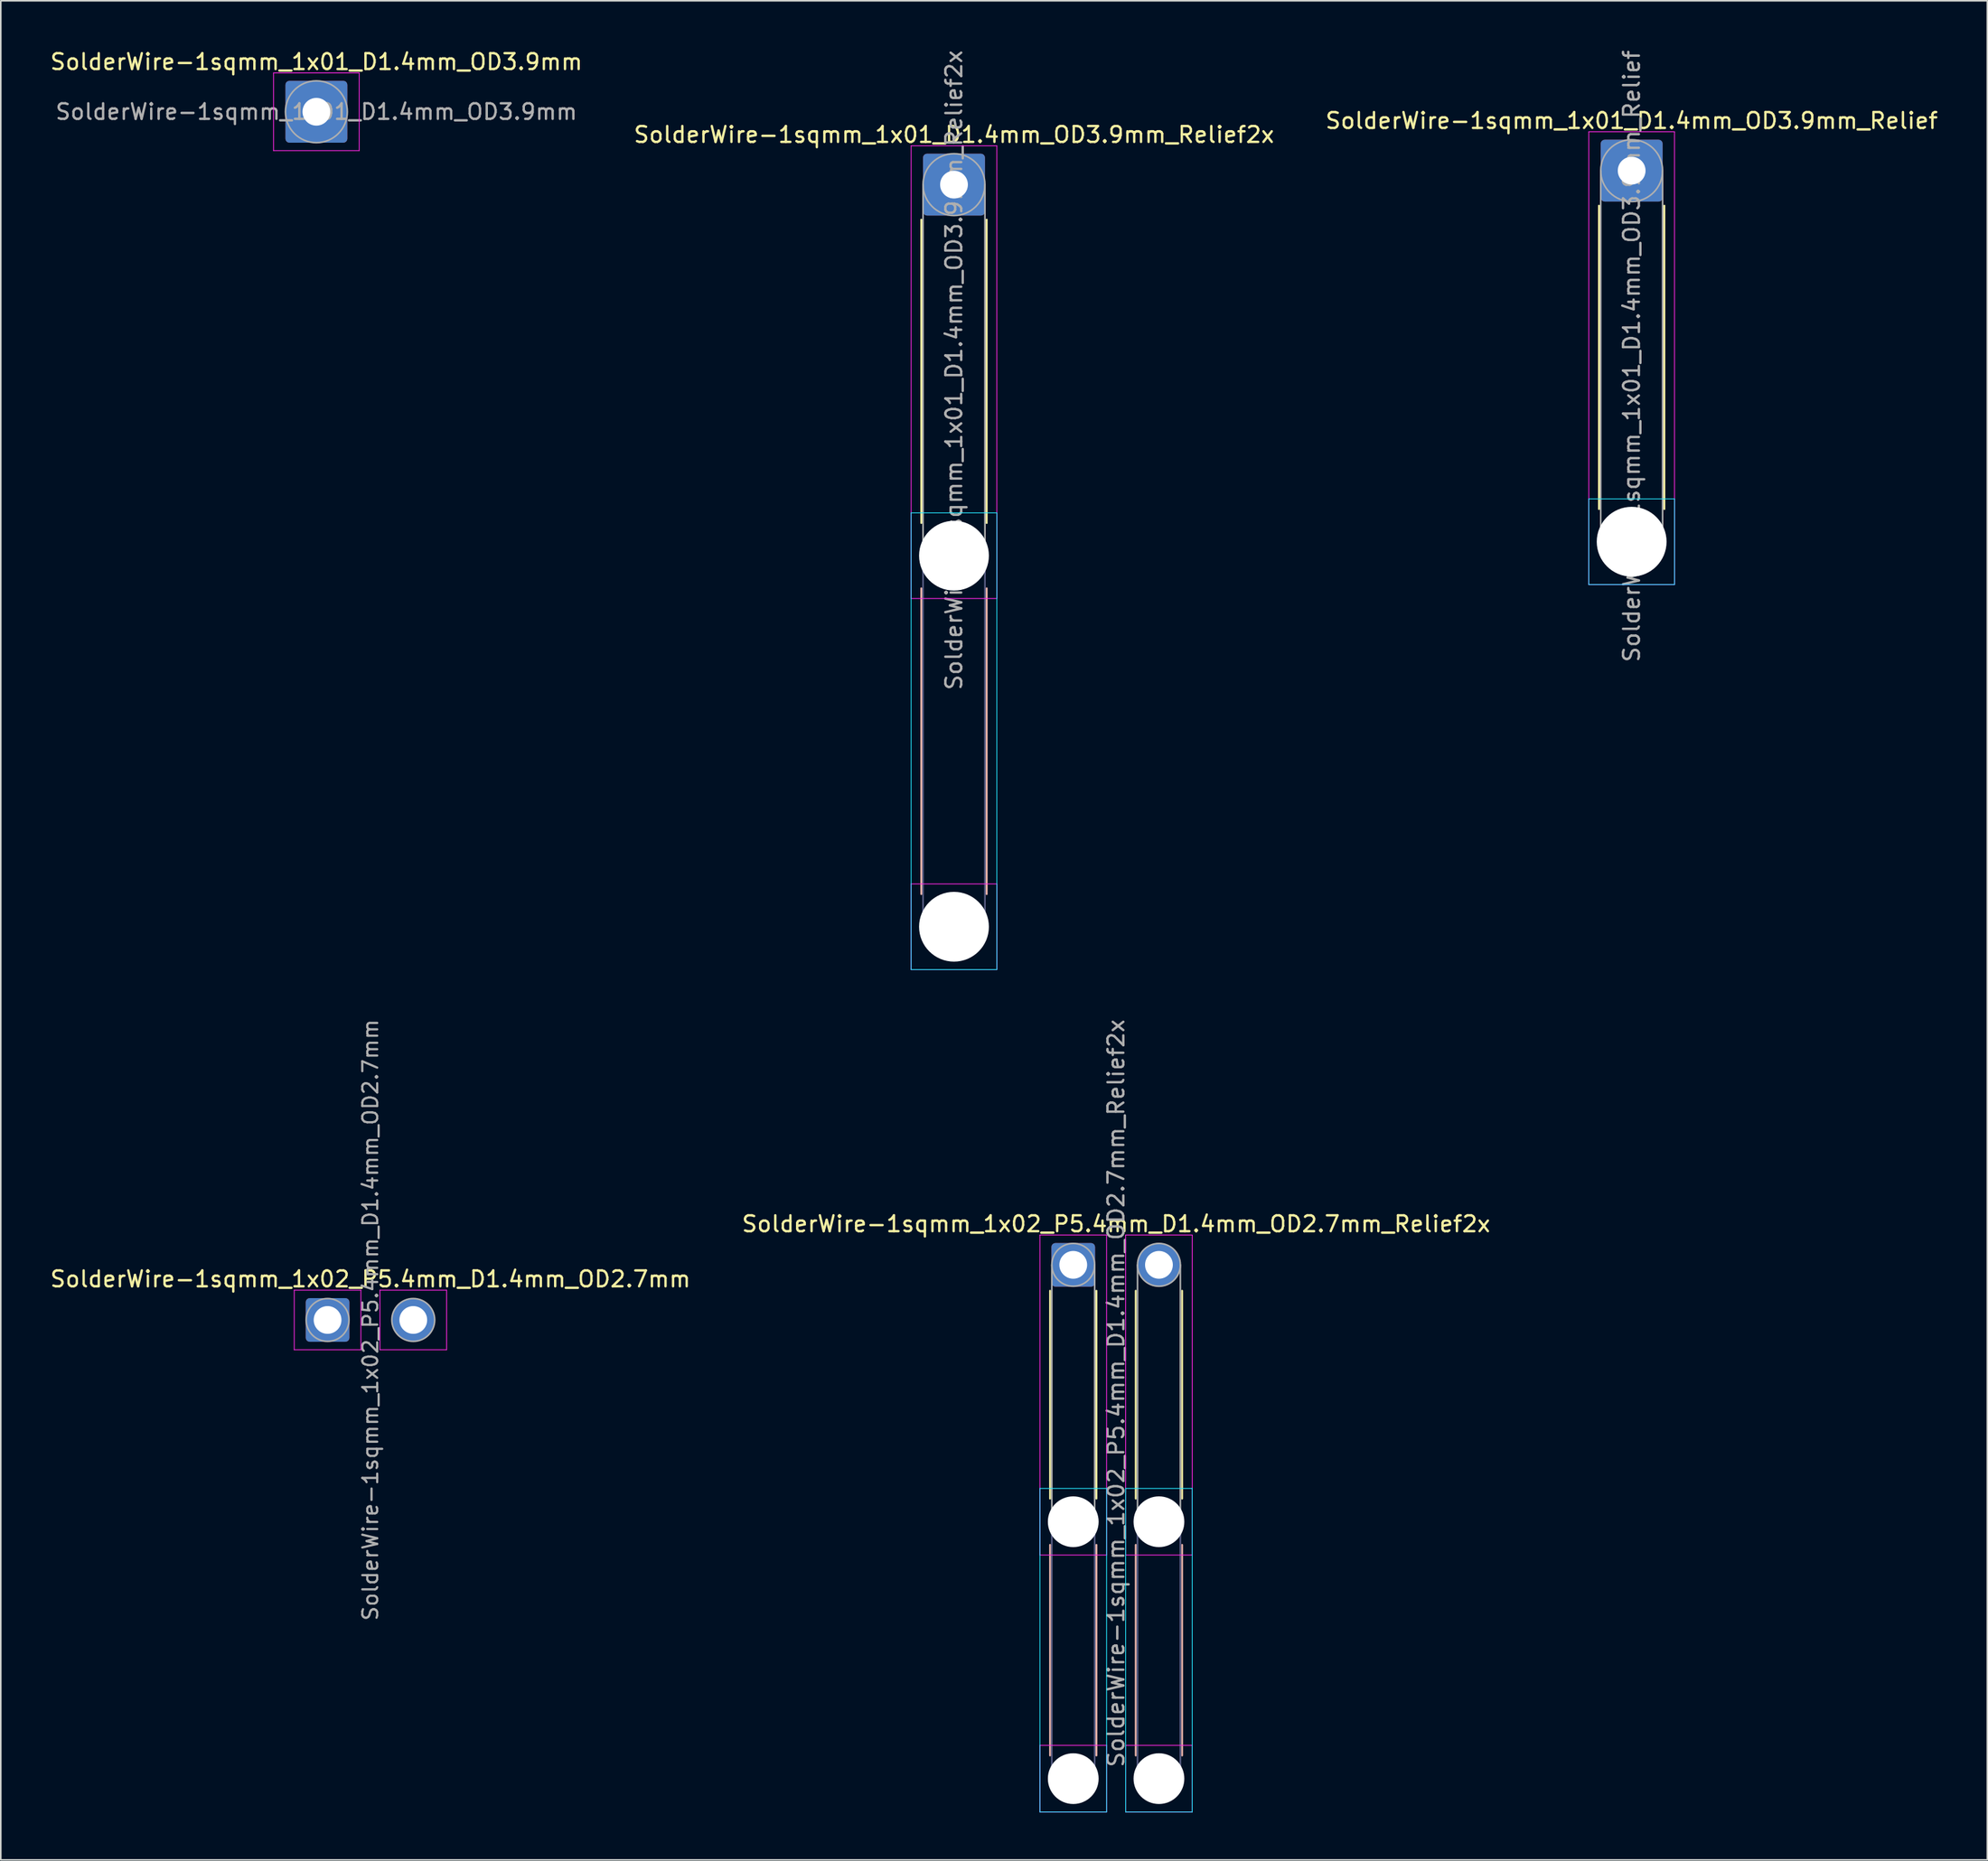
<source format=kicad_pcb>
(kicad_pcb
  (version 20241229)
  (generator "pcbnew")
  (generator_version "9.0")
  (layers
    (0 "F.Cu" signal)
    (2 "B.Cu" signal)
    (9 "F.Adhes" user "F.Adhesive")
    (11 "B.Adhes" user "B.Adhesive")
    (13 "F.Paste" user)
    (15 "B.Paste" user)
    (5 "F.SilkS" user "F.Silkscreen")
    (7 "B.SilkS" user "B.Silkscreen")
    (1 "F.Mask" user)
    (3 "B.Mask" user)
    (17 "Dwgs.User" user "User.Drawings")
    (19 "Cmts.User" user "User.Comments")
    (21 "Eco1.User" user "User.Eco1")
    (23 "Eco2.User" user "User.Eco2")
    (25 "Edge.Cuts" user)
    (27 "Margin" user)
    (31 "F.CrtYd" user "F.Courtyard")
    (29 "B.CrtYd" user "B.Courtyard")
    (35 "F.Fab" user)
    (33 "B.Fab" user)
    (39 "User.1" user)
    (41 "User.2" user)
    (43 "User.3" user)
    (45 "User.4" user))
  (footprint "SolderWire-1sqmm_1x01_D1.4mm_OD3.9mm"
    (layer "F.Cu")
    (at 16.887 3.998)
    (property "Reference" "SolderWire-1sqmm_1x01_D1.4mm_OD3.9mm" (at 0 -3.15 0) (layer "F.SilkS") (effects (font (size 1 1) (thickness 0.15))))
    (attr exclude_from_pos_files exclude_from_bom)
    (fp_line (start -2.7 -2.45) (end -2.7 2.45) (stroke (width 0.05) (type solid)) (layer "F.CrtYd"))
    (fp_line (start -2.7 2.45) (end 2.7 2.45) (stroke (width 0.05) (type solid)) (layer "F.CrtYd"))
    (fp_line (start 2.7 -2.45) (end -2.7 -2.45) (stroke (width 0.05) (type solid)) (layer "F.CrtYd"))
    (fp_line (start 2.7 2.45) (end 2.7 -2.45) (stroke (width 0.05) (type solid)) (layer "F.CrtYd"))
    (fp_circle (center 0 0) (end 1.95 0) (stroke (width 0.1) (type solid)) (fill no) (layer "F.Fab"))
    (fp_text user "${REFERENCE}" (at 0 0 0) (layer "F.Fab") (effects (font (size 0.98 0.98) (thickness 0.15))))
    (pad "1" thru_hole roundrect (at 0 0) (size 3.9 3.9) (drill 1.75) (layers "*.Cu" "*.Mask") (roundrect_rratio 0.064)))
  (footprint "SolderWire-1sqmm_1x02_P5.4mm_D1.4mm_OD2.7mm_Relief2x"
    (layer "F.Cu")
    (at 64.58 76.713)
    (property "Reference" "SolderWire-1sqmm_1x02_P5.4mm_D1.4mm_OD2.7mm_Relief2x" (at 2.7 -2.58 0) (layer "F.SilkS") (effects (font (size 1 1) (thickness 0.15))))
    (attr exclude_from_pos_files exclude_from_bom)
    (fp_line (start -1.46 1.635) (end -1.46 14.74) (stroke (width 0.12) (type solid)) (layer "F.SilkS"))
    (fp_line (start 1.46 1.635) (end 1.46 14.74) (stroke (width 0.12) (type solid)) (layer "F.SilkS"))
    (fp_line (start 3.94 1.635) (end 3.94 14.74) (stroke (width 0.12) (type solid)) (layer "F.SilkS"))
    (fp_line (start 6.86 1.635) (end 6.86 14.74) (stroke (width 0.12) (type solid)) (layer "F.SilkS"))
    (fp_line (start -1.46 17.66) (end -1.46 30.94) (stroke (width 0.12) (type solid)) (layer "B.SilkS"))
    (fp_line (start 1.46 17.66) (end 1.46 30.94) (stroke (width 0.12) (type solid)) (layer "B.SilkS"))
    (fp_line (start 3.94 17.66) (end 3.94 30.94) (stroke (width 0.12) (type solid)) (layer "B.SilkS"))
    (fp_line (start 6.86 17.66) (end 6.86 30.94) (stroke (width 0.12) (type solid)) (layer "B.SilkS"))
    (fp_line (start -2.1 14.1) (end -2.1 34.5) (stroke (width 0.05) (type solid)) (layer "B.CrtYd"))
    (fp_line (start -2.1 34.5) (end 2.1 34.5) (stroke (width 0.05) (type solid)) (layer "B.CrtYd"))
    (fp_line (start 2.1 14.1) (end -2.1 14.1) (stroke (width 0.05) (type solid)) (layer "B.CrtYd"))
    (fp_line (start 2.1 34.5) (end 2.1 14.1) (stroke (width 0.05) (type solid)) (layer "B.CrtYd"))
    (fp_line (start 3.3 14.1) (end 3.3 34.5) (stroke (width 0.05) (type solid)) (layer "B.CrtYd"))
    (fp_line (start 3.3 34.5) (end 7.5 34.5) (stroke (width 0.05) (type solid)) (layer "B.CrtYd"))
    (fp_line (start 7.5 14.1) (end 3.3 14.1) (stroke (width 0.05) (type solid)) (layer "B.CrtYd"))
    (fp_line (start 7.5 34.5) (end 7.5 14.1) (stroke (width 0.05) (type solid)) (layer "B.CrtYd"))
    (fp_line (start -2.1 -1.88) (end -2.1 18.3) (stroke (width 0.05) (type solid)) (layer "F.CrtYd"))
    (fp_line (start -2.1 18.3) (end 2.1 18.3) (stroke (width 0.05) (type solid)) (layer "F.CrtYd"))
    (fp_line (start -2.1 30.3) (end -2.1 34.5) (stroke (width 0.05) (type solid)) (layer "F.CrtYd"))
    (fp_line (start -2.1 34.5) (end 2.1 34.5) (stroke (width 0.05) (type solid)) (layer "F.CrtYd"))
    (fp_line (start 2.1 -1.88) (end -2.1 -1.88) (stroke (width 0.05) (type solid)) (layer "F.CrtYd"))
    (fp_line (start 2.1 18.3) (end 2.1 -1.88) (stroke (width 0.05) (type solid)) (layer "F.CrtYd"))
    (fp_line (start 2.1 30.3) (end -2.1 30.3) (stroke (width 0.05) (type solid)) (layer "F.CrtYd"))
    (fp_line (start 2.1 34.5) (end 2.1 30.3) (stroke (width 0.05) (type solid)) (layer "F.CrtYd"))
    (fp_line (start 3.3 -1.88) (end 3.3 18.3) (stroke (width 0.05) (type solid)) (layer "F.CrtYd"))
    (fp_line (start 3.3 18.3) (end 7.5 18.3) (stroke (width 0.05) (type solid)) (layer "F.CrtYd"))
    (fp_line (start 3.3 30.3) (end 3.3 34.5) (stroke (width 0.05) (type solid)) (layer "F.CrtYd"))
    (fp_line (start 3.3 34.5) (end 7.5 34.5) (stroke (width 0.05) (type solid)) (layer "F.CrtYd"))
    (fp_line (start 7.5 -1.88) (end 3.3 -1.88) (stroke (width 0.05) (type solid)) (layer "F.CrtYd"))
    (fp_line (start 7.5 18.3) (end 7.5 -1.88) (stroke (width 0.05) (type solid)) (layer "F.CrtYd"))
    (fp_line (start 7.5 30.3) (end 3.3 30.3) (stroke (width 0.05) (type solid)) (layer "F.CrtYd"))
    (fp_line (start 7.5 34.5) (end 7.5 30.3) (stroke (width 0.05) (type solid)) (layer "F.CrtYd"))
    (fp_line (start -1.35 16.2) (end -1.35 32.4) (stroke (width 0.1) (type solid)) (layer "B.Fab"))
    (fp_line (start 1.35 16.2) (end 1.35 32.4) (stroke (width 0.1) (type solid)) (layer "B.Fab"))
    (fp_line (start 4.05 16.2) (end 4.05 32.4) (stroke (width 0.1) (type solid)) (layer "B.Fab"))
    (fp_line (start 6.75 16.2) (end 6.75 32.4) (stroke (width 0.1) (type solid)) (layer "B.Fab"))
    (fp_circle (center 0 16.2) (end 1.35 16.2) (stroke (width 0.1) (type solid)) (fill no) (layer "B.Fab"))
    (fp_circle (center 0 32.4) (end 1.35 32.4) (stroke (width 0.1) (type solid)) (fill no) (layer "B.Fab"))
    (fp_circle (center 5.4 16.2) (end 6.75 16.2) (stroke (width 0.1) (type solid)) (fill no) (layer "B.Fab"))
    (fp_circle (center 5.4 32.4) (end 6.75 32.4) (stroke (width 0.1) (type solid)) (fill no) (layer "B.Fab"))
    (fp_line (start -1.35 0) (end -1.35 16.2) (stroke (width 0.1) (type solid)) (layer "F.Fab"))
    (fp_line (start 1.35 0) (end 1.35 16.2) (stroke (width 0.1) (type solid)) (layer "F.Fab"))
    (fp_line (start 4.05 0) (end 4.05 16.2) (stroke (width 0.1) (type solid)) (layer "F.Fab"))
    (fp_line (start 6.75 0) (end 6.75 16.2) (stroke (width 0.1) (type solid)) (layer "F.Fab"))
    (fp_circle (center 0 0) (end 1.35 0) (stroke (width 0.1) (type solid)) (fill no) (layer "F.Fab"))
    (fp_circle (center 0 16.2) (end 1.35 16.2) (stroke (width 0.1) (type solid)) (fill no) (layer "F.Fab"))
    (fp_circle (center 0 32.4) (end 1.35 32.4) (stroke (width 0.1) (type solid)) (fill no) (layer "F.Fab"))
    (fp_circle (center 5.4 0) (end 6.75 0) (stroke (width 0.1) (type solid)) (fill no) (layer "F.Fab"))
    (fp_circle (center 5.4 16.2) (end 6.75 16.2) (stroke (width 0.1) (type solid)) (fill no) (layer "F.Fab"))
    (fp_circle (center 5.4 32.4) (end 6.75 32.4) (stroke (width 0.1) (type solid)) (fill no) (layer "F.Fab"))
    (fp_text user "${REFERENCE}" (at 2.7 8.1 90) (layer "F.Fab") (effects (font (size 1 1) (thickness 0.15))))
    (pad "" np_thru_hole circle (at 0 16.2) (size 3.2 3.2) (drill 3.2) (layers "*.Cu" "*.Mask"))
    (pad "" np_thru_hole circle (at 0 32.4) (size 3.2 3.2) (drill 3.2) (layers "*.Cu" "*.Mask"))
    (pad "" np_thru_hole circle (at 5.4 16.2) (size 3.2 3.2) (drill 3.2) (layers "*.Cu" "*.Mask"))
    (pad "" np_thru_hole circle (at 5.4 32.4) (size 3.2 3.2) (drill 3.2) (layers "*.Cu" "*.Mask"))
    (pad "1" thru_hole roundrect (at 0 0) (size 2.75 2.75) (drill 1.75) (layers "*.Cu" "*.Mask") (roundrect_rratio 0.091))
    (pad "2" thru_hole circle (at 5.4 0) (size 2.75 2.75) (drill 1.75) (layers "*.Cu" "*.Mask")))
  (footprint "SolderWire-1sqmm_1x01_D1.4mm_OD3.9mm_Relief"
    (layer "F.Cu")
    (at 99.768 7.711)
    (property "Reference" "SolderWire-1sqmm_1x01_D1.4mm_OD3.9mm_Relief" (at 0 -3.15 0) (layer "F.SilkS") (effects (font (size 1 1) (thickness 0.15))))
    (attr exclude_from_pos_files exclude_from_bom)
    (fp_line (start -2.06 2.21) (end -2.06 21.34) (stroke (width 0.12) (type solid)) (layer "F.SilkS"))
    (fp_line (start 2.06 2.21) (end 2.06 21.34) (stroke (width 0.12) (type solid)) (layer "F.SilkS"))
    (fp_line (start -2.7 20.7) (end -2.7 26.1) (stroke (width 0.05) (type solid)) (layer "B.CrtYd"))
    (fp_line (start -2.7 26.1) (end 2.7 26.1) (stroke (width 0.05) (type solid)) (layer "B.CrtYd"))
    (fp_line (start 2.7 20.7) (end -2.7 20.7) (stroke (width 0.05) (type solid)) (layer "B.CrtYd"))
    (fp_line (start 2.7 26.1) (end 2.7 20.7) (stroke (width 0.05) (type solid)) (layer "B.CrtYd"))
    (fp_line (start -2.7 -2.45) (end -2.7 26.1) (stroke (width 0.05) (type solid)) (layer "F.CrtYd"))
    (fp_line (start -2.7 26.1) (end 2.7 26.1) (stroke (width 0.05) (type solid)) (layer "F.CrtYd"))
    (fp_line (start 2.7 -2.45) (end -2.7 -2.45) (stroke (width 0.05) (type solid)) (layer "F.CrtYd"))
    (fp_line (start 2.7 26.1) (end 2.7 -2.45) (stroke (width 0.05) (type solid)) (layer "F.CrtYd"))
    (fp_line (start -1.95 0) (end -1.95 23.4) (stroke (width 0.1) (type solid)) (layer "F.Fab"))
    (fp_line (start 1.95 0) (end 1.95 23.4) (stroke (width 0.1) (type solid)) (layer "F.Fab"))
    (fp_circle (center 0 0) (end 1.95 0) (stroke (width 0.1) (type solid)) (fill no) (layer "F.Fab"))
    (fp_circle (center 0 23.4) (end 1.95 23.4) (stroke (width 0.1) (type solid)) (fill no) (layer "F.Fab"))
    (fp_text user "${REFERENCE}" (at 0 11.7 90) (layer "F.Fab") (effects (font (size 1 1) (thickness 0.15))))
    (pad "" np_thru_hole circle (at 0 23.4) (size 4.4 4.4) (drill 4.4) (layers "*.Cu" "*.Mask"))
    (pad "1" thru_hole roundrect (at 0 0) (size 3.9 3.9) (drill 1.75) (layers "*.Cu" "*.Mask") (roundrect_rratio 0.064)))
  (footprint "SolderWire-1sqmm_1x01_D1.4mm_OD3.9mm_Relief2x"
    (layer "F.Cu")
    (at 57.065 8.592)
    (property "Reference" "SolderWire-1sqmm_1x01_D1.4mm_OD3.9mm_Relief2x" (at 0 -3.15 0) (layer "F.SilkS") (effects (font (size 1 1) (thickness 0.15))))
    (attr exclude_from_pos_files exclude_from_bom)
    (fp_line (start -2.06 2.21) (end -2.06 21.34) (stroke (width 0.12) (type solid)) (layer "F.SilkS"))
    (fp_line (start 2.06 2.21) (end 2.06 21.34) (stroke (width 0.12) (type solid)) (layer "F.SilkS"))
    (fp_line (start -2.06 25.46) (end -2.06 44.74) (stroke (width 0.12) (type solid)) (layer "B.SilkS"))
    (fp_line (start 2.06 25.46) (end 2.06 44.74) (stroke (width 0.12) (type solid)) (layer "B.SilkS"))
    (fp_line (start -2.7 20.7) (end -2.7 49.5) (stroke (width 0.05) (type solid)) (layer "B.CrtYd"))
    (fp_line (start -2.7 49.5) (end 2.7 49.5) (stroke (width 0.05) (type solid)) (layer "B.CrtYd"))
    (fp_line (start 2.7 20.7) (end -2.7 20.7) (stroke (width 0.05) (type solid)) (layer "B.CrtYd"))
    (fp_line (start 2.7 49.5) (end 2.7 20.7) (stroke (width 0.05) (type solid)) (layer "B.CrtYd"))
    (fp_line (start -2.7 -2.45) (end -2.7 26.1) (stroke (width 0.05) (type solid)) (layer "F.CrtYd"))
    (fp_line (start -2.7 26.1) (end 2.7 26.1) (stroke (width 0.05) (type solid)) (layer "F.CrtYd"))
    (fp_line (start -2.7 44.1) (end -2.7 49.5) (stroke (width 0.05) (type solid)) (layer "F.CrtYd"))
    (fp_line (start -2.7 49.5) (end 2.7 49.5) (stroke (width 0.05) (type solid)) (layer "F.CrtYd"))
    (fp_line (start 2.7 -2.45) (end -2.7 -2.45) (stroke (width 0.05) (type solid)) (layer "F.CrtYd"))
    (fp_line (start 2.7 26.1) (end 2.7 -2.45) (stroke (width 0.05) (type solid)) (layer "F.CrtYd"))
    (fp_line (start 2.7 44.1) (end -2.7 44.1) (stroke (width 0.05) (type solid)) (layer "F.CrtYd"))
    (fp_line (start 2.7 49.5) (end 2.7 44.1) (stroke (width 0.05) (type solid)) (layer "F.CrtYd"))
    (fp_line (start -1.95 23.4) (end -1.95 46.8) (stroke (width 0.1) (type solid)) (layer "B.Fab"))
    (fp_line (start 1.95 23.4) (end 1.95 46.8) (stroke (width 0.1) (type solid)) (layer "B.Fab"))
    (fp_circle (center 0 23.4) (end 1.95 23.4) (stroke (width 0.1) (type solid)) (fill no) (layer "B.Fab"))
    (fp_circle (center 0 46.8) (end 1.95 46.8) (stroke (width 0.1) (type solid)) (fill no) (layer "B.Fab"))
    (fp_line (start -1.95 0) (end -1.95 23.4) (stroke (width 0.1) (type solid)) (layer "F.Fab"))
    (fp_line (start 1.95 0) (end 1.95 23.4) (stroke (width 0.1) (type solid)) (layer "F.Fab"))
    (fp_circle (center 0 0) (end 1.95 0) (stroke (width 0.1) (type solid)) (fill no) (layer "F.Fab"))
    (fp_circle (center 0 23.4) (end 1.95 23.4) (stroke (width 0.1) (type solid)) (fill no) (layer "F.Fab"))
    (fp_circle (center 0 46.8) (end 1.95 46.8) (stroke (width 0.1) (type solid)) (fill no) (layer "F.Fab"))
    (fp_text user "${REFERENCE}" (at 0 11.7 90) (layer "F.Fab") (effects (font (size 1 1) (thickness 0.15))))
    (pad "" np_thru_hole circle (at 0 23.4) (size 4.4 4.4) (drill 4.4) (layers "*.Cu" "*.Mask"))
    (pad "" np_thru_hole circle (at 0 46.8) (size 4.4 4.4) (drill 4.4) (layers "*.Cu" "*.Mask"))
    (pad "1" thru_hole roundrect (at 0 0) (size 3.9 3.9) (drill 1.75) (layers "*.Cu" "*.Mask") (roundrect_rratio 0.064)))
  (footprint "SolderWire-1sqmm_1x02_P5.4mm_D1.4mm_OD2.7mm"
    (layer "F.Cu")
    (at 17.592 80.189)
    (property "Reference" "SolderWire-1sqmm_1x02_P5.4mm_D1.4mm_OD2.7mm" (at 2.7 -2.58 0) (layer "F.SilkS") (effects (font (size 1 1) (thickness 0.15))))
    (attr exclude_from_pos_files exclude_from_bom)
    (fp_line (start -2.1 -1.88) (end -2.1 1.88) (stroke (width 0.05) (type solid)) (layer "F.CrtYd"))
    (fp_line (start -2.1 1.88) (end 2.1 1.88) (stroke (width 0.05) (type solid)) (layer "F.CrtYd"))
    (fp_line (start 2.1 -1.88) (end -2.1 -1.88) (stroke (width 0.05) (type solid)) (layer "F.CrtYd"))
    (fp_line (start 2.1 1.88) (end 2.1 -1.88) (stroke (width 0.05) (type solid)) (layer "F.CrtYd"))
    (fp_line (start 3.3 -1.88) (end 3.3 1.88) (stroke (width 0.05) (type solid)) (layer "F.CrtYd"))
    (fp_line (start 3.3 1.88) (end 7.5 1.88) (stroke (width 0.05) (type solid)) (layer "F.CrtYd"))
    (fp_line (start 7.5 -1.88) (end 3.3 -1.88) (stroke (width 0.05) (type solid)) (layer "F.CrtYd"))
    (fp_line (start 7.5 1.88) (end 7.5 -1.88) (stroke (width 0.05) (type solid)) (layer "F.CrtYd"))
    (fp_circle (center 0 0) (end 1.35 0) (stroke (width 0.1) (type solid)) (fill no) (layer "F.Fab"))
    (fp_circle (center 5.4 0) (end 6.75 0) (stroke (width 0.1) (type solid)) (fill no) (layer "F.Fab"))
    (fp_text user "${REFERENCE}" (at 2.7 0 90) (layer "F.Fab") (effects (font (size 0.94 0.94) (thickness 0.14))))
    (pad "1" thru_hole roundrect (at 0 0) (size 2.75 2.75) (drill 1.75) (layers "*.Cu" "*.Mask") (roundrect_rratio 0.091))
    (pad "2" thru_hole circle (at 5.4 0) (size 2.75 2.75) (drill 1.75) (layers "*.Cu" "*.Mask")))
  (gr_rect
    (start -3 -3)
    (end 122.179 114.238)
    (stroke (width 0.1) (type default))
    (fill no)
    (layer "Edge.Cuts")))
</source>
